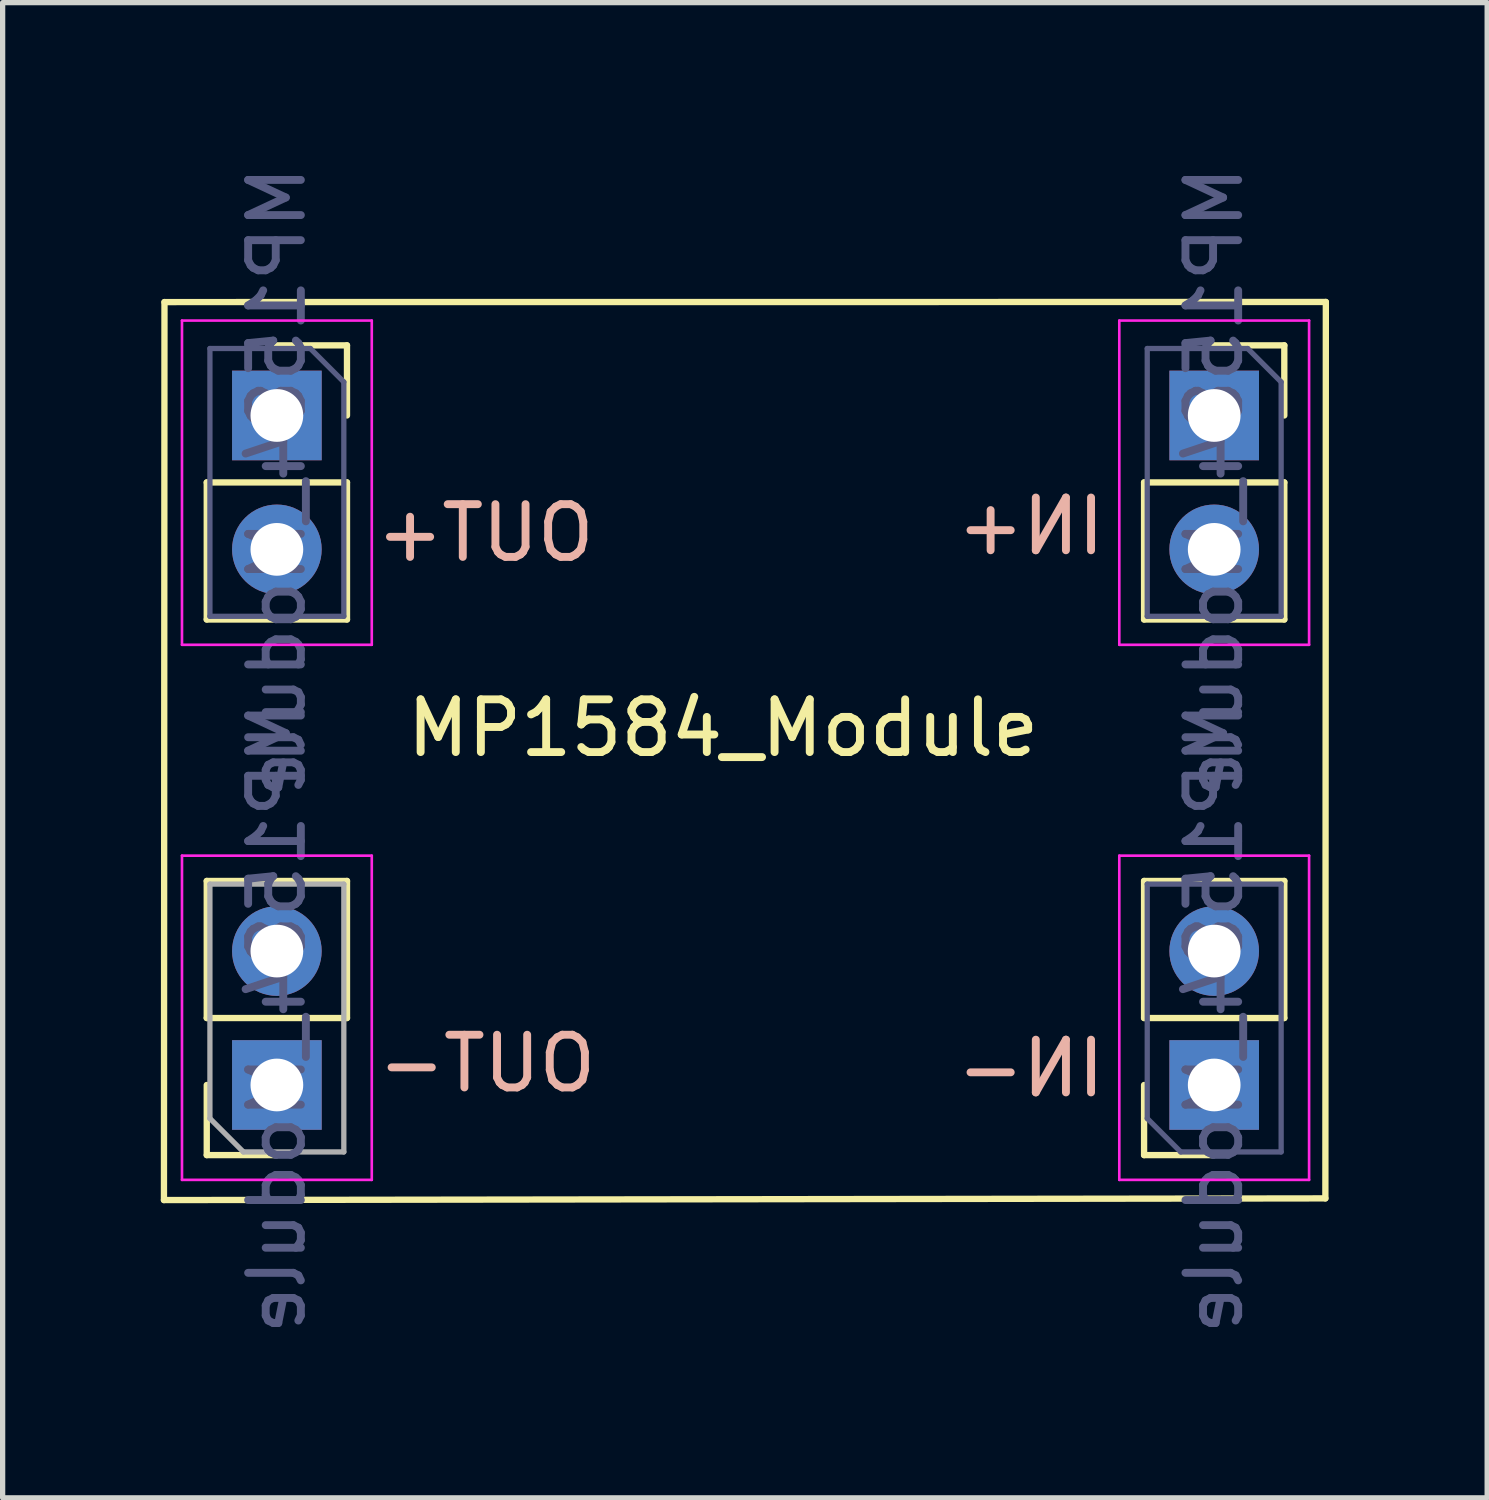
<source format=kicad_pcb>
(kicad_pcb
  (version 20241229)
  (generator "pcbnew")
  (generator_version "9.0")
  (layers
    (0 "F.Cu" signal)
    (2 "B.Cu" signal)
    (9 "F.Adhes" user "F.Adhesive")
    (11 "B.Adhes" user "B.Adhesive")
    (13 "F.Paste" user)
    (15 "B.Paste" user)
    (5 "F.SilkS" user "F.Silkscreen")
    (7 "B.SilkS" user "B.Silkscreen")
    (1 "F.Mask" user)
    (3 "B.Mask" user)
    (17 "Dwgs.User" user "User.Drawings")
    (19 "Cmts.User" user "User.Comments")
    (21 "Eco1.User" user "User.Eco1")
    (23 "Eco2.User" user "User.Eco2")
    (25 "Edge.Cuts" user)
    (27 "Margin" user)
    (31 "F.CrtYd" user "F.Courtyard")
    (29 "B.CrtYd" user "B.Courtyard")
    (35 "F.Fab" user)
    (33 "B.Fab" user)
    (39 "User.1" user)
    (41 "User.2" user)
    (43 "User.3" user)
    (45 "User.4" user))
  (footprint "MP1584_Module"
    (layer "F.Cu")
    (at 11.065 11.294)
    (property "Reference" "MP1584_Module" (at -0.398 -0.533 0) (unlocked yes) (layer "F.SilkS") (effects (font (size 1 1) (thickness 0.15))))
    (attr through_hole)
    (fp_line (start -11.005 8.42) (end -10.995 -8.614) (stroke (width 0.12) (type solid)) (layer "F.SilkS"))
    (fp_line (start -10.995 -8.614) (end 11.035 -8.616) (stroke (width 0.12) (type solid)) (layer "F.SilkS"))
    (fp_line (start -10.193 -5.193) (end -10.193 -2.593) (stroke (width 0.12) (type solid)) (layer "F.SilkS"))
    (fp_line (start -10.193 2.367) (end -7.533 2.367) (stroke (width 0.12) (type solid)) (layer "F.SilkS"))
    (fp_line (start -10.193 4.967) (end -10.193 2.367) (stroke (width 0.12) (type solid)) (layer "F.SilkS"))
    (fp_line (start -10.193 4.967) (end -7.533 4.967) (stroke (width 0.12) (type solid)) (layer "F.SilkS"))
    (fp_line (start -10.193 6.237) (end -10.193 7.567) (stroke (width 0.12) (type solid)) (layer "F.SilkS"))
    (fp_line (start -10.193 7.567) (end -8.863 7.567) (stroke (width 0.12) (type solid)) (layer "F.SilkS"))
    (fp_line (start -7.533 -7.793) (end -8.863 -7.793) (stroke (width 0.12) (type solid)) (layer "F.SilkS"))
    (fp_line (start -7.533 -6.463) (end -7.533 -7.793) (stroke (width 0.12) (type solid)) (layer "F.SilkS"))
    (fp_line (start -7.533 -5.193) (end -10.193 -5.193) (stroke (width 0.12) (type solid)) (layer "F.SilkS"))
    (fp_line (start -7.533 -5.193) (end -7.533 -2.593) (stroke (width 0.12) (type solid)) (layer "F.SilkS"))
    (fp_line (start -7.533 -2.593) (end -10.193 -2.593) (stroke (width 0.12) (type solid)) (layer "F.SilkS"))
    (fp_line (start -7.533 4.967) (end -7.533 2.367) (stroke (width 0.12) (type solid)) (layer "F.SilkS"))
    (fp_line (start 7.587 -5.193) (end 7.587 -2.593) (stroke (width 0.12) (type solid)) (layer "F.SilkS"))
    (fp_line (start 7.587 2.367) (end 10.247 2.367) (stroke (width 0.12) (type solid)) (layer "F.SilkS"))
    (fp_line (start 7.587 4.967) (end 7.587 2.367) (stroke (width 0.12) (type solid)) (layer "F.SilkS"))
    (fp_line (start 7.587 4.967) (end 10.247 4.967) (stroke (width 0.12) (type solid)) (layer "F.SilkS"))
    (fp_line (start 7.587 6.237) (end 7.587 7.567) (stroke (width 0.12) (type solid)) (layer "F.SilkS"))
    (fp_line (start 7.587 7.567) (end 8.917 7.567) (stroke (width 0.12) (type solid)) (layer "F.SilkS"))
    (fp_line (start 10.247 -7.793) (end 8.917 -7.793) (stroke (width 0.12) (type solid)) (layer "F.SilkS"))
    (fp_line (start 10.247 -6.463) (end 10.247 -7.793) (stroke (width 0.12) (type solid)) (layer "F.SilkS"))
    (fp_line (start 10.247 -5.193) (end 7.587 -5.193) (stroke (width 0.12) (type solid)) (layer "F.SilkS"))
    (fp_line (start 10.247 -5.193) (end 10.247 -2.593) (stroke (width 0.12) (type solid)) (layer "F.SilkS"))
    (fp_line (start 10.247 -2.593) (end 7.587 -2.593) (stroke (width 0.12) (type solid)) (layer "F.SilkS"))
    (fp_line (start 10.247 4.967) (end 10.247 2.367) (stroke (width 0.12) (type solid)) (layer "F.SilkS"))
    (fp_line (start 11.026 8.388) (end -11.005 8.42) (stroke (width 0.12) (type solid)) (layer "F.SilkS"))
    (fp_line (start 11.035 -8.616) (end 11.026 8.388) (stroke (width 0.12) (type solid)) (layer "F.SilkS"))
    (fp_line (start -10.663 -8.263) (end -7.063 -8.263) (stroke (width 0.05) (type solid)) (layer "F.CrtYd"))
    (fp_line (start -10.663 -2.113) (end -10.663 -8.263) (stroke (width 0.05) (type solid)) (layer "F.CrtYd"))
    (fp_line (start -10.663 1.887) (end -7.063 1.887) (stroke (width 0.05) (type solid)) (layer "F.CrtYd"))
    (fp_line (start -10.663 8.037) (end -10.663 1.887) (stroke (width 0.05) (type solid)) (layer "F.CrtYd"))
    (fp_line (start -7.063 -8.263) (end -7.063 -2.113) (stroke (width 0.05) (type solid)) (layer "F.CrtYd"))
    (fp_line (start -7.063 -2.113) (end -10.663 -2.113) (stroke (width 0.05) (type solid)) (layer "F.CrtYd"))
    (fp_line (start -7.063 1.887) (end -7.063 8.037) (stroke (width 0.05) (type solid)) (layer "F.CrtYd"))
    (fp_line (start -7.063 8.037) (end -10.663 8.037) (stroke (width 0.05) (type solid)) (layer "F.CrtYd"))
    (fp_line (start 7.117 -8.263) (end 10.717 -8.263) (stroke (width 0.05) (type solid)) (layer "F.CrtYd"))
    (fp_line (start 7.117 -2.113) (end 7.117 -8.263) (stroke (width 0.05) (type solid)) (layer "F.CrtYd"))
    (fp_line (start 7.117 1.887) (end 10.717 1.887) (stroke (width 0.05) (type solid)) (layer "F.CrtYd"))
    (fp_line (start 7.117 8.037) (end 7.117 1.887) (stroke (width 0.05) (type solid)) (layer "F.CrtYd"))
    (fp_line (start 10.717 -8.263) (end 10.717 -2.113) (stroke (width 0.05) (type solid)) (layer "F.CrtYd"))
    (fp_line (start 10.717 -2.113) (end 7.117 -2.113) (stroke (width 0.05) (type solid)) (layer "F.CrtYd"))
    (fp_line (start 10.717 1.887) (end 10.717 8.037) (stroke (width 0.05) (type solid)) (layer "F.CrtYd"))
    (fp_line (start 10.717 8.037) (end 7.117 8.037) (stroke (width 0.05) (type solid)) (layer "F.CrtYd"))
    (fp_line (start -10.133 -7.733) (end -10.133 -2.653) (stroke (width 0.1) (type solid)) (layer "B.Fab"))
    (fp_line (start -10.133 -2.653) (end -7.593 -2.653) (stroke (width 0.1) (type solid)) (layer "B.Fab"))
    (fp_line (start -8.228 -7.733) (end -10.133 -7.733) (stroke (width 0.1) (type solid)) (layer "B.Fab"))
    (fp_line (start -7.593 -7.098) (end -8.228 -7.733) (stroke (width 0.1) (type solid)) (layer "B.Fab"))
    (fp_line (start -7.593 -2.653) (end -7.593 -7.098) (stroke (width 0.1) (type solid)) (layer "B.Fab"))
    (fp_line (start 7.647 -7.733) (end 7.647 -2.653) (stroke (width 0.1) (type solid)) (layer "B.Fab"))
    (fp_line (start 7.647 -2.653) (end 10.187 -2.653) (stroke (width 0.1) (type solid)) (layer "B.Fab"))
    (fp_line (start 7.647 2.427) (end 7.647 6.872) (stroke (width 0.1) (type solid)) (layer "B.Fab"))
    (fp_line (start 7.647 6.872) (end 8.282 7.507) (stroke (width 0.1) (type solid)) (layer "B.Fab"))
    (fp_line (start 8.282 7.507) (end 10.187 7.507) (stroke (width 0.1) (type solid)) (layer "B.Fab"))
    (fp_line (start 9.552 -7.733) (end 7.647 -7.733) (stroke (width 0.1) (type solid)) (layer "B.Fab"))
    (fp_line (start 10.187 -7.098) (end 9.552 -7.733) (stroke (width 0.1) (type solid)) (layer "B.Fab"))
    (fp_line (start 10.187 -2.653) (end 10.187 -7.098) (stroke (width 0.1) (type solid)) (layer "B.Fab"))
    (fp_line (start 10.187 2.427) (end 7.647 2.427) (stroke (width 0.1) (type solid)) (layer "B.Fab"))
    (fp_line (start 10.187 7.507) (end 10.187 2.427) (stroke (width 0.1) (type solid)) (layer "B.Fab"))
    (fp_line (start -10.133 2.427) (end -10.133 6.872) (stroke (width 0.1) (type solid)) (layer "F.Fab"))
    (fp_line (start -10.133 6.872) (end -9.498 7.507) (stroke (width 0.1) (type solid)) (layer "F.Fab"))
    (fp_line (start -9.498 7.507) (end -7.593 7.507) (stroke (width 0.1) (type solid)) (layer "F.Fab"))
    (fp_line (start -7.593 2.427) (end -10.133 2.427) (stroke (width 0.1) (type solid)) (layer "F.Fab"))
    (fp_line (start -7.593 7.507) (end -7.593 2.427) (stroke (width 0.1) (type solid)) (layer "F.Fab"))
    (fp_text user "OUT-" (at -4.877 5.829 0) (unlocked yes) (layer "B.SilkS") (effects (font (size 1 1) (thickness 0.15)) (justify mirror)))
    (fp_text user "IN-" (at 5.438 5.923 0) (unlocked yes) (layer "B.SilkS") (effects (font (size 1 1) (thickness 0.15)) (justify mirror)))
    (fp_text user "IN+" (at 5.438 -4.361 0) (unlocked yes) (layer "B.SilkS") (effects (font (size 1 1) (thickness 0.15)) (justify mirror)))
    (fp_text user "OUT+" (at -4.908 -4.235 0) (unlocked yes) (layer "B.SilkS") (effects (font (size 1 1) (thickness 0.15)) (justify mirror)))
    (fp_text user "${REFERENCE}" (at -8.863 4.967 270) (layer "B.Fab") (effects (font (size 1 1) (thickness 0.15)) (justify mirror)))
    (fp_text user "${REFERENCE}" (at 8.917 4.967 270) (layer "B.Fab") (effects (font (size 1 1) (thickness 0.15)) (justify mirror)))
    (fp_text user "${REFERENCE}" (at 8.917 -5.193 270) (layer "B.Fab") (effects (font (size 1 1) (thickness 0.15)) (justify mirror)))
    (fp_text user "${REFERENCE}" (at -8.863 -5.193 270) (layer "B.Fab") (effects (font (size 1 1) (thickness 0.15)) (justify mirror)))
    (pad "1" thru_hole rect (at -8.863 -6.463 180) (size 1.7 1.7) (drill 1) (layers "*.Cu" "*.Mask"))
    (pad "1" thru_hole rect (at -8.863 6.237) (size 1.7 1.7) (drill 1) (layers "*.Cu" "*.Mask"))
    (pad "1" thru_hole rect (at 8.917 -6.463 180) (size 1.7 1.7) (drill 1) (layers "*.Cu" "*.Mask"))
    (pad "1" thru_hole rect (at 8.917 6.237) (size 1.7 1.7) (drill 1) (layers "*.Cu" "*.Mask"))
    (pad "2" thru_hole oval (at -8.863 -3.923 180) (size 1.7 1.7) (drill 1) (layers "*.Cu" "*.Mask"))
    (pad "2" thru_hole oval (at -8.863 3.697) (size 1.7 1.7) (drill 1) (layers "*.Cu" "*.Mask"))
    (pad "2" thru_hole oval (at 8.917 -3.923 180) (size 1.7 1.7) (drill 1) (layers "*.Cu" "*.Mask"))
    (pad "2" thru_hole oval (at 8.917 3.697) (size 1.7 1.7) (drill 1) (layers "*.Cu" "*.Mask")))
  (gr_rect
    (start -3 -3)
    (end 25.16 25.362)
    (stroke (width 0.1) (type default))
    (fill no)
    (layer "Edge.Cuts")))
</source>
